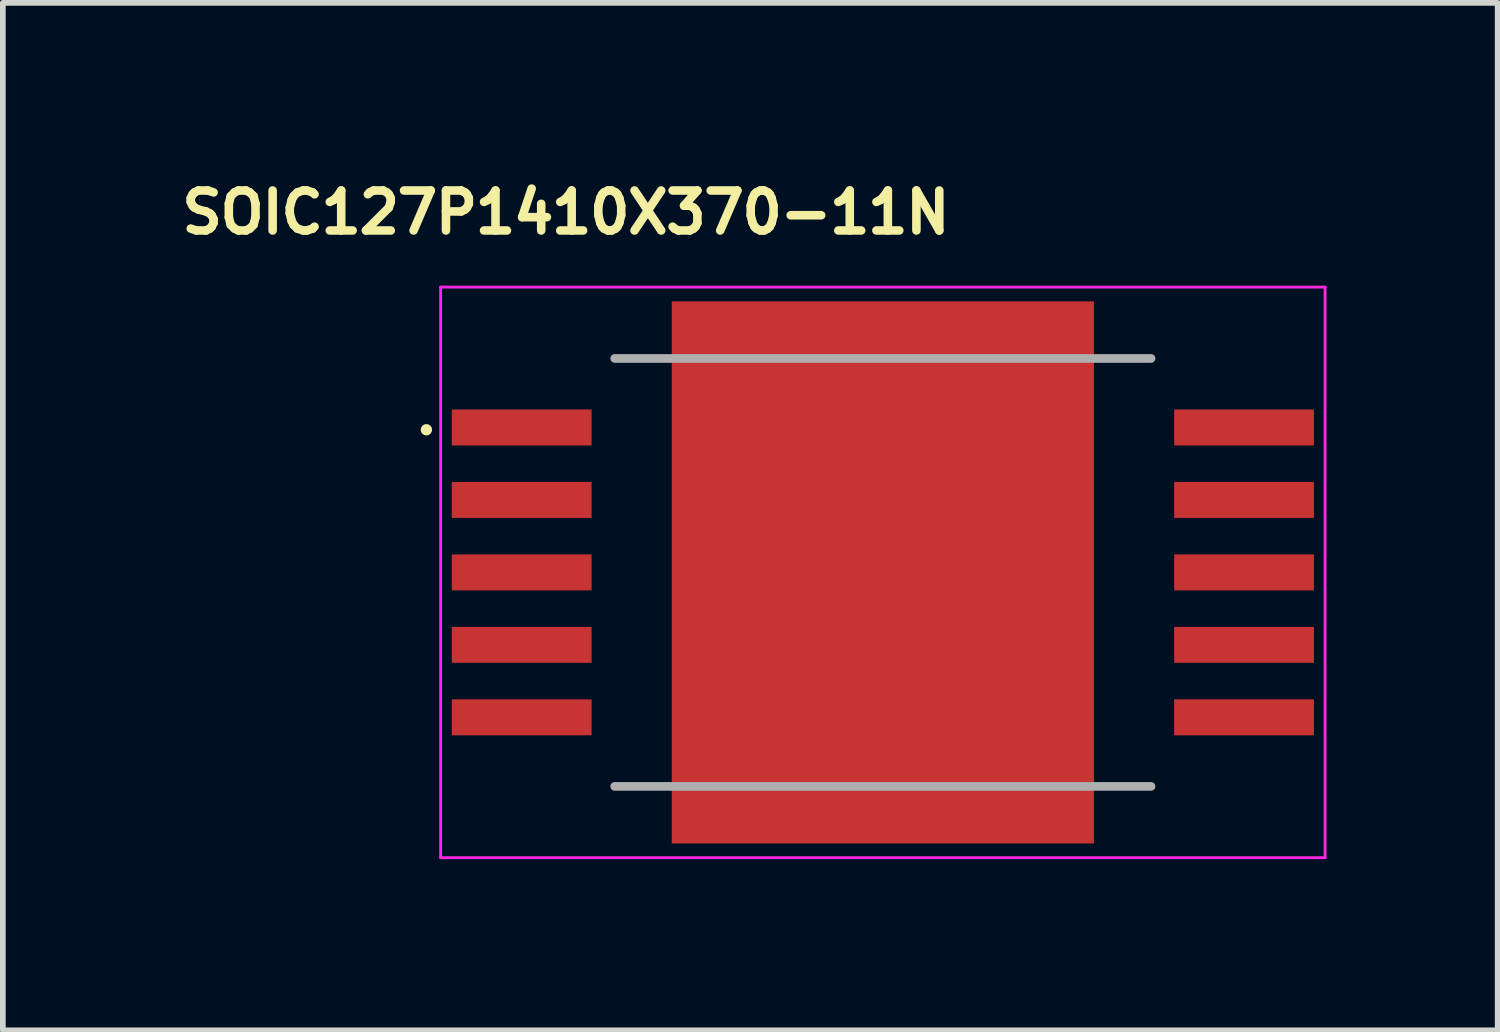
<source format=kicad_pcb>
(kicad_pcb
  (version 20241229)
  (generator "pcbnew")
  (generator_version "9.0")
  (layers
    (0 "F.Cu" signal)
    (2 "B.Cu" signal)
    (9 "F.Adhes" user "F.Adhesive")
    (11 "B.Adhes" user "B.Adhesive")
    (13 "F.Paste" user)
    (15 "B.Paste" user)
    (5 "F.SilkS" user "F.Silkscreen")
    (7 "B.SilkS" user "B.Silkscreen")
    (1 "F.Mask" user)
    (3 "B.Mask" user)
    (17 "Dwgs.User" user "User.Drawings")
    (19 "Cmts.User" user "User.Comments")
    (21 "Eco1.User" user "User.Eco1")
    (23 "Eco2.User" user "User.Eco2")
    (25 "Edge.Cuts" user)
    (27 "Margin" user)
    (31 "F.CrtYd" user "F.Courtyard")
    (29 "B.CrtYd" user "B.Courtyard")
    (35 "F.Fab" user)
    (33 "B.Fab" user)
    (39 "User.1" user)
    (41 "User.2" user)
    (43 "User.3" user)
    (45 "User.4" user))
  (footprint "SOIC127P1410X370-11N"
    (layer "F.Cu")
    (at 12.423 6.982)
    (property "Reference" "SOIC127P1410X370-11N" (at -5.554 -6.309 0) (layer "F.SilkS") (effects (font (size 0.701 0.701) (thickness 0.15))))
    (attr smd)
    (fp_circle (center -8 -2.5) (end -7.95 -2.5) (stroke (width 0.1) (type solid)) (fill no) (layer "F.SilkS"))
    (fp_poly (pts (xy -3.644 -4.505) (xy -1.64 -4.505) (xy -1.64 -3.417) (xy -3.644 -3.417)) (stroke (width 0.01) (type solid)) (fill yes) (layer "F.Paste"))
    (fp_poly (pts (xy -3.608 3.095) (xy -1.64 3.095) (xy -1.64 4.925) (xy -3.608 4.925)) (stroke (width 0.01) (type solid)) (fill yes) (layer "F.Paste"))
    (fp_poly (pts (xy -3.592 -2.605) (xy -1.64 -2.605) (xy -1.64 -1.301) (xy -3.592 -1.301)) (stroke (width 0.01) (type solid)) (fill yes) (layer "F.Paste"))
    (fp_poly (pts (xy -3.586 -0.705) (xy -1.64 -0.705) (xy -1.64 0.766) (xy -3.586 0.766)) (stroke (width 0.01) (type solid)) (fill yes) (layer "F.Paste"))
    (fp_poly (pts (xy -3.554 1.195) (xy -1.64 1.195) (xy -1.64 2.806) (xy -3.554 2.806)) (stroke (width 0.01) (type solid)) (fill yes) (layer "F.Paste"))
    (fp_poly (pts (xy -0.912 1.195) (xy 0.83 1.195) (xy 0.83 2.862) (xy -0.912 2.862)) (stroke (width 0.01) (type solid)) (fill yes) (layer "F.Paste"))
    (fp_poly (pts (xy -0.91 -4.505) (xy 0.83 -4.505) (xy 0.83 -3.392) (xy -0.91 -3.392)) (stroke (width 0.01) (type solid)) (fill yes) (layer "F.Paste"))
    (fp_poly (pts (xy -0.91 -2.605) (xy 0.83 -2.605) (xy 0.83 -1.31) (xy -0.91 -1.31)) (stroke (width 0.01) (type solid)) (fill yes) (layer "F.Paste"))
    (fp_poly (pts (xy -0.905 3.095) (xy 0.83 3.095) (xy 0.83 4.913) (xy -0.905 4.913)) (stroke (width 0.01) (type solid)) (fill yes) (layer "F.Paste"))
    (fp_poly (pts (xy -0.9 -0.705) (xy 0.83 -0.705) (xy 0.83 0.764) (xy -0.9 0.764)) (stroke (width 0.01) (type solid)) (fill yes) (layer "F.Paste"))
    (fp_poly (pts (xy 1.785 -0.705) (xy 3.3 -0.705) (xy 3.3 0.767) (xy 1.785 0.767)) (stroke (width 0.01) (type solid)) (fill yes) (layer "F.Paste"))
    (fp_poly (pts (xy 1.795 1.195) (xy 3.3 1.195) (xy 3.3 2.851) (xy 1.795 2.851)) (stroke (width 0.01) (type solid)) (fill yes) (layer "F.Paste"))
    (fp_poly (pts (xy 1.797 -2.605) (xy 3.3 -2.605) (xy 3.3 -1.309) (xy 1.797 -1.309)) (stroke (width 0.01) (type solid)) (fill yes) (layer "F.Paste"))
    (fp_poly (pts (xy 1.81 3.095) (xy 3.3 3.095) (xy 3.3 4.972) (xy 1.81 4.972)) (stroke (width 0.01) (type solid)) (fill yes) (layer "F.Paste"))
    (fp_poly (pts (xy 1.818 -4.505) (xy 3.3 -4.505) (xy 3.3 -3.431) (xy 1.818 -3.431)) (stroke (width 0.01) (type solid)) (fill yes) (layer "F.Paste"))
    (fp_line (start -7.75 -5) (end 7.75 -5) (stroke (width 0.05) (type solid)) (layer "F.CrtYd"))
    (fp_line (start -7.75 5) (end -7.75 -5) (stroke (width 0.05) (type solid)) (layer "F.CrtYd"))
    (fp_line (start 7.75 -5) (end 7.75 5) (stroke (width 0.05) (type solid)) (layer "F.CrtYd"))
    (fp_line (start 7.75 5) (end -7.75 5) (stroke (width 0.05) (type solid)) (layer "F.CrtYd"))
    (fp_line (start -4.7 -3.75) (end 4.7 -3.75) (stroke (width 0.152) (type solid)) (layer "F.Fab"))
    (fp_line (start 4.7 3.75) (end -4.7 3.75) (stroke (width 0.152) (type solid)) (layer "F.Fab"))
    (pad "1" smd rect (at -6.33 -2.54) (size 2.45 0.63) (layers "F.Cu" "F.Mask" "F.Paste"))
    (pad "2" smd rect (at -6.33 -1.27) (size 2.45 0.63) (layers "F.Cu" "F.Mask" "F.Paste"))
    (pad "3" smd rect (at -6.33 0) (size 2.45 0.63) (layers "F.Cu" "F.Mask" "F.Paste"))
    (pad "4" smd rect (at -6.33 1.27) (size 2.45 0.63) (layers "F.Cu" "F.Mask" "F.Paste"))
    (pad "5" smd rect (at -6.33 2.54) (size 2.45 0.63) (layers "F.Cu" "F.Mask" "F.Paste"))
    (pad "6" smd rect (at 6.33 2.54) (size 2.45 0.63) (layers "F.Cu" "F.Mask" "F.Paste"))
    (pad "7" smd rect (at 6.33 1.27) (size 2.45 0.63) (layers "F.Cu" "F.Mask" "F.Paste"))
    (pad "8" smd rect (at 6.33 0) (size 2.45 0.63) (layers "F.Cu" "F.Mask" "F.Paste"))
    (pad "9" smd rect (at 6.33 -1.27) (size 2.45 0.63) (layers "F.Cu" "F.Mask" "F.Paste"))
    (pad "10" smd rect (at 6.33 -2.54) (size 2.45 0.63) (layers "F.Cu" "F.Mask" "F.Paste"))
    (pad "11" smd rect (at 0 0) (size 7.4 9.5) (layers "F.Cu" "F.Mask")))
  (gr_rect
    (start -3 -3)
    (end 23.198 15.007)
    (stroke (width 0.1) (type default))
    (fill no)
    (layer "Edge.Cuts")))
</source>
